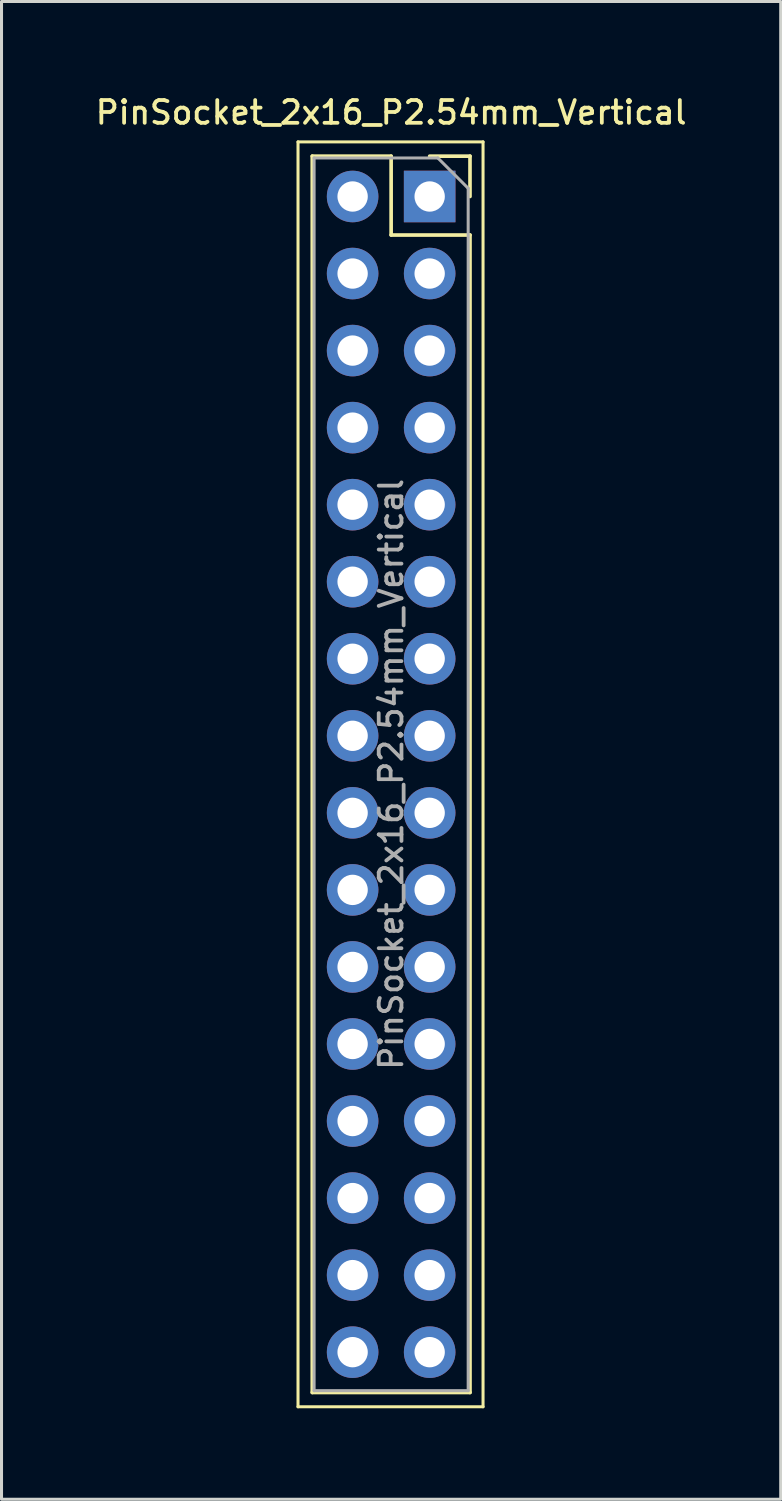
<source format=kicad_pcb>
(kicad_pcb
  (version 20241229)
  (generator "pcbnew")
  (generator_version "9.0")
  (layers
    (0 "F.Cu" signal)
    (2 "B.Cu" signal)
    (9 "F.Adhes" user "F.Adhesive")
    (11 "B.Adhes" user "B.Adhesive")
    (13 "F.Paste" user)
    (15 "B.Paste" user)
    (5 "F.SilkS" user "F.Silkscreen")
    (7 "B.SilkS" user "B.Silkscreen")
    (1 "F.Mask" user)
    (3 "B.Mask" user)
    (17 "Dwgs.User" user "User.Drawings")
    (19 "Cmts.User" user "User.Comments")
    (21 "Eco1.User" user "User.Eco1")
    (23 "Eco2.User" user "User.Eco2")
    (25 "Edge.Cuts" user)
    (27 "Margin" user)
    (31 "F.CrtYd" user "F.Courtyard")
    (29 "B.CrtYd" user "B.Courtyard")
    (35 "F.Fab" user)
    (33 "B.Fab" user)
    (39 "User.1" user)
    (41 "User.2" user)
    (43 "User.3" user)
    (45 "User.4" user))
  (footprint "PinSocket_2x16_P2.54mm_Vertical"
    (layer "F.Cu")
    (at 11.115 3.428)
    (property "Reference" "PinSocket_2x16_P2.54mm_Vertical" (at -1.27 -2.77 0) (layer "F.SilkS") (effects (font (size 0.75 0.75) (thickness 0.125))))
    (attr through_hole)
    (fp_line (start -4.34 -1.8) (end 1.76 -1.8) (stroke (width 0.1) (type solid)) (layer "F.SilkS"))
    (fp_line (start -4.34 39.9) (end -4.34 -1.8) (stroke (width 0.1) (type solid)) (layer "F.SilkS"))
    (fp_line (start -3.87 -1.33) (end -3.87 39.43) (stroke (width 0.12) (type solid)) (layer "F.SilkS"))
    (fp_line (start -3.87 -1.33) (end -1.27 -1.33) (stroke (width 0.12) (type solid)) (layer "F.SilkS"))
    (fp_line (start -3.87 39.43) (end 1.33 39.43) (stroke (width 0.12) (type solid)) (layer "F.SilkS"))
    (fp_line (start -1.27 -1.33) (end -1.27 1.27) (stroke (width 0.12) (type solid)) (layer "F.SilkS"))
    (fp_line (start -1.27 1.27) (end 1.33 1.27) (stroke (width 0.12) (type solid)) (layer "F.SilkS"))
    (fp_line (start 0 -1.33) (end 1.33 -1.33) (stroke (width 0.12) (type solid)) (layer "F.SilkS"))
    (fp_line (start 1.33 -1.33) (end 1.33 0) (stroke (width 0.12) (type solid)) (layer "F.SilkS"))
    (fp_line (start 1.33 1.27) (end 1.33 39.43) (stroke (width 0.12) (type solid)) (layer "F.SilkS"))
    (fp_line (start 1.76 -1.8) (end 1.76 39.9) (stroke (width 0.1) (type solid)) (layer "F.SilkS"))
    (fp_line (start 1.76 39.9) (end -4.34 39.9) (stroke (width 0.1) (type solid)) (layer "F.SilkS"))
    (fp_line (start -3.81 -1.27) (end 0.27 -1.27) (stroke (width 0.1) (type solid)) (layer "F.Fab"))
    (fp_line (start -3.81 39.37) (end -3.81 -1.27) (stroke (width 0.1) (type solid)) (layer "F.Fab"))
    (fp_line (start 0.27 -1.27) (end 1.27 -0.27) (stroke (width 0.1) (type solid)) (layer "F.Fab"))
    (fp_line (start 1.27 -0.27) (end 1.27 39.37) (stroke (width 0.1) (type solid)) (layer "F.Fab"))
    (fp_line (start 1.27 39.37) (end -3.81 39.37) (stroke (width 0.1) (type solid)) (layer "F.Fab"))
    (fp_text user "${REFERENCE}" (at -1.27 19.05 90) (layer "F.Fab") (effects (font (size 0.75 0.75) (thickness 0.125))))
    (pad "1" thru_hole rect (at 0 0) (size 1.7 1.7) (drill 1) (layers "*.Cu" "*.Mask"))
    (pad "2" thru_hole oval (at -2.54 0) (size 1.7 1.7) (drill 1) (layers "*.Cu" "*.Mask"))
    (pad "3" thru_hole oval (at 0 2.54) (size 1.7 1.7) (drill 1) (layers "*.Cu" "*.Mask"))
    (pad "4" thru_hole oval (at -2.54 2.54) (size 1.7 1.7) (drill 1) (layers "*.Cu" "*.Mask"))
    (pad "5" thru_hole oval (at 0 5.08) (size 1.7 1.7) (drill 1) (layers "*.Cu" "*.Mask"))
    (pad "6" thru_hole oval (at -2.54 5.08) (size 1.7 1.7) (drill 1) (layers "*.Cu" "*.Mask"))
    (pad "7" thru_hole oval (at 0 7.62) (size 1.7 1.7) (drill 1) (layers "*.Cu" "*.Mask"))
    (pad "8" thru_hole oval (at -2.54 7.62) (size 1.7 1.7) (drill 1) (layers "*.Cu" "*.Mask"))
    (pad "9" thru_hole oval (at 0 10.16) (size 1.7 1.7) (drill 1) (layers "*.Cu" "*.Mask"))
    (pad "10" thru_hole oval (at -2.54 10.16) (size 1.7 1.7) (drill 1) (layers "*.Cu" "*.Mask"))
    (pad "11" thru_hole oval (at 0 12.7) (size 1.7 1.7) (drill 1) (layers "*.Cu" "*.Mask"))
    (pad "12" thru_hole oval (at -2.54 12.7) (size 1.7 1.7) (drill 1) (layers "*.Cu" "*.Mask"))
    (pad "13" thru_hole oval (at 0 15.24) (size 1.7 1.7) (drill 1) (layers "*.Cu" "*.Mask"))
    (pad "14" thru_hole oval (at -2.54 15.24) (size 1.7 1.7) (drill 1) (layers "*.Cu" "*.Mask"))
    (pad "15" thru_hole oval (at 0 17.78) (size 1.7 1.7) (drill 1) (layers "*.Cu" "*.Mask"))
    (pad "16" thru_hole oval (at -2.54 17.78) (size 1.7 1.7) (drill 1) (layers "*.Cu" "*.Mask"))
    (pad "17" thru_hole oval (at 0 20.32) (size 1.7 1.7) (drill 1) (layers "*.Cu" "*.Mask"))
    (pad "18" thru_hole oval (at -2.54 20.32) (size 1.7 1.7) (drill 1) (layers "*.Cu" "*.Mask"))
    (pad "19" thru_hole oval (at 0 22.86) (size 1.7 1.7) (drill 1) (layers "*.Cu" "*.Mask"))
    (pad "20" thru_hole oval (at -2.54 22.86) (size 1.7 1.7) (drill 1) (layers "*.Cu" "*.Mask"))
    (pad "21" thru_hole oval (at 0 25.4) (size 1.7 1.7) (drill 1) (layers "*.Cu" "*.Mask"))
    (pad "22" thru_hole oval (at -2.54 25.4) (size 1.7 1.7) (drill 1) (layers "*.Cu" "*.Mask"))
    (pad "23" thru_hole oval (at 0 27.94) (size 1.7 1.7) (drill 1) (layers "*.Cu" "*.Mask"))
    (pad "24" thru_hole oval (at -2.54 27.94) (size 1.7 1.7) (drill 1) (layers "*.Cu" "*.Mask"))
    (pad "25" thru_hole oval (at 0 30.48) (size 1.7 1.7) (drill 1) (layers "*.Cu" "*.Mask"))
    (pad "26" thru_hole oval (at -2.54 30.48) (size 1.7 1.7) (drill 1) (layers "*.Cu" "*.Mask"))
    (pad "27" thru_hole oval (at 0 33.02) (size 1.7 1.7) (drill 1) (layers "*.Cu" "*.Mask"))
    (pad "28" thru_hole oval (at -2.54 33.02) (size 1.7 1.7) (drill 1) (layers "*.Cu" "*.Mask"))
    (pad "29" thru_hole oval (at 0 35.56) (size 1.7 1.7) (drill 1) (layers "*.Cu" "*.Mask"))
    (pad "30" thru_hole oval (at -2.54 35.56) (size 1.7 1.7) (drill 1) (layers "*.Cu" "*.Mask"))
    (pad "31" thru_hole oval (at 0 38.1) (size 1.7 1.7) (drill 1) (layers "*.Cu" "*.Mask"))
    (pad "32" thru_hole oval (at -2.54 38.1) (size 1.7 1.7) (drill 1) (layers "*.Cu" "*.Mask")))
  (gr_rect
    (start -3 -3)
    (end 22.689 46.378)
    (stroke (width 0.1) (type default))
    (fill no)
    (layer "Edge.Cuts")))
</source>
